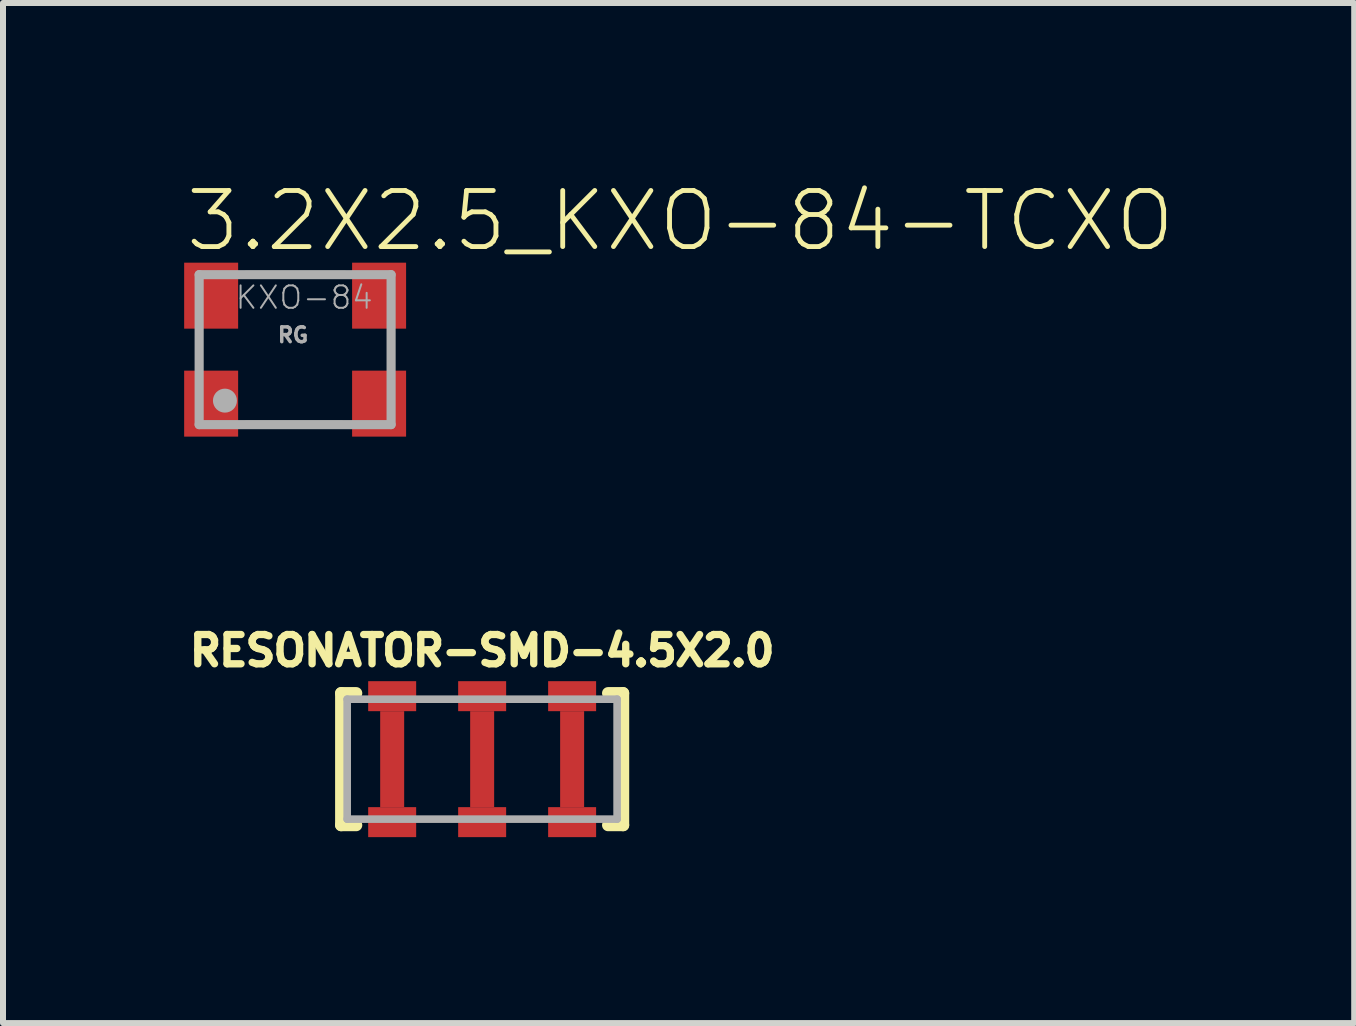
<source format=kicad_pcb>
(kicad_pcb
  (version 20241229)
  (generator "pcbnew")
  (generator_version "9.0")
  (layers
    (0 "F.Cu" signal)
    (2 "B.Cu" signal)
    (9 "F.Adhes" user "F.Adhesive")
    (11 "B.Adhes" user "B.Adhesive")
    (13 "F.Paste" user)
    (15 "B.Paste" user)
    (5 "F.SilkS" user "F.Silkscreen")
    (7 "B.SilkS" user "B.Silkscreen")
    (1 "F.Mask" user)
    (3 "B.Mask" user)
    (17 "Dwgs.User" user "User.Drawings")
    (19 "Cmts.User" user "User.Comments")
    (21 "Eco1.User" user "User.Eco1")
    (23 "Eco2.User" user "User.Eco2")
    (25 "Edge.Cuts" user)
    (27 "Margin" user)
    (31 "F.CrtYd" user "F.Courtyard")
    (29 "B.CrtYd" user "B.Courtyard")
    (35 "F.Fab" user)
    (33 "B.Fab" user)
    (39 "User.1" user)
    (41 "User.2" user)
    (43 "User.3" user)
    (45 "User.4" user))
  (footprint "RESONATOR-SMD-4.5X2.0"
    (layer "F.Cu")
    (at 4.988 9.606)
    (property "Reference" "RESONATOR-SMD-4.5X2.0" (at 0 -1.524 0) (layer "F.SilkS") (effects (font (size 0.488 0.488) (thickness 0.122)) (justify bottom)))
    (fp_poly (pts (xy -1.9 -0.8) (xy -1.1 -0.8) (xy -1.1 -1.3) (xy -1.9 -1.3)) (stroke (width 0) (type solid)) (fill yes) (layer "F.Cu"))
    (fp_poly (pts (xy -1.9 1.3) (xy -1.1 1.3) (xy -1.1 0.8) (xy -1.9 0.8)) (stroke (width 0) (type solid)) (fill yes) (layer "F.Cu"))
    (fp_poly (pts (xy -0.4 -0.8) (xy 0.4 -0.8) (xy 0.4 -1.3) (xy -0.4 -1.3)) (stroke (width 0) (type solid)) (fill yes) (layer "F.Cu"))
    (fp_poly (pts (xy -0.4 1.3) (xy 0.4 1.3) (xy 0.4 0.8) (xy -0.4 0.8)) (stroke (width 0) (type solid)) (fill yes) (layer "F.Cu"))
    (fp_poly (pts (xy 1.1 -0.8) (xy 1.9 -0.8) (xy 1.9 -1.3) (xy 1.1 -1.3)) (stroke (width 0) (type solid)) (fill yes) (layer "F.Cu"))
    (fp_poly (pts (xy 1.1 1.3) (xy 1.9 1.3) (xy 1.9 0.8) (xy 1.1 0.8)) (stroke (width 0) (type solid)) (fill yes) (layer "F.Cu"))
    (fp_poly (pts (xy -2 -0.7) (xy -1 -0.7) (xy -1 -1.4) (xy -2 -1.4)) (stroke (width 0) (type solid)) (fill yes) (layer "F.Mask"))
    (fp_poly (pts (xy -2 1.4) (xy -1 1.4) (xy -1 0.7) (xy -2 0.7)) (stroke (width 0) (type solid)) (fill yes) (layer "F.Mask"))
    (fp_poly (pts (xy -0.5 -0.7) (xy 0.5 -0.7) (xy 0.5 -1.4) (xy -0.5 -1.4)) (stroke (width 0) (type solid)) (fill yes) (layer "F.Mask"))
    (fp_poly (pts (xy -0.5 1.4) (xy 0.5 1.4) (xy 0.5 0.7) (xy -0.5 0.7)) (stroke (width 0) (type solid)) (fill yes) (layer "F.Mask"))
    (fp_poly (pts (xy 1 -0.7) (xy 2 -0.7) (xy 2 -1.4) (xy 1 -1.4)) (stroke (width 0) (type solid)) (fill yes) (layer "F.Mask"))
    (fp_poly (pts (xy 1 1.4) (xy 2 1.4) (xy 2 0.7) (xy 1 0.7)) (stroke (width 0) (type solid)) (fill yes) (layer "F.Mask"))
    (fp_line (start -2.35 1.1) (end -2.35 -1.1) (stroke (width 0.203) (type solid)) (layer "F.SilkS"))
    (fp_line (start -2.1 -1.1) (end -2.35 -1.1) (stroke (width 0.203) (type solid)) (layer "F.SilkS"))
    (fp_line (start -2.1 1.1) (end -2.35 1.1) (stroke (width 0.203) (type solid)) (layer "F.SilkS"))
    (fp_line (start 2.35 -1.1) (end 2.1 -1.1) (stroke (width 0.203) (type solid)) (layer "F.SilkS"))
    (fp_line (start 2.35 1.1) (end 2.1 1.1) (stroke (width 0.203) (type solid)) (layer "F.SilkS"))
    (fp_line (start 2.35 1.1) (end 2.35 -1.1) (stroke (width 0.203) (type solid)) (layer "F.SilkS"))
    (fp_poly (pts (xy -1.9 -0.8) (xy -1.1 -0.8) (xy -1.1 -1.3) (xy -1.9 -1.3)) (stroke (width 0) (type solid)) (fill yes) (layer "F.Paste"))
    (fp_poly (pts (xy -1.9 1.3) (xy -1.1 1.3) (xy -1.1 0.8) (xy -1.9 0.8)) (stroke (width 0) (type solid)) (fill yes) (layer "F.Paste"))
    (fp_poly (pts (xy -0.4 -0.8) (xy 0.4 -0.8) (xy 0.4 -1.3) (xy -0.4 -1.3)) (stroke (width 0) (type solid)) (fill yes) (layer "F.Paste"))
    (fp_poly (pts (xy -0.4 1.3) (xy 0.4 1.3) (xy 0.4 0.8) (xy -0.4 0.8)) (stroke (width 0) (type solid)) (fill yes) (layer "F.Paste"))
    (fp_poly (pts (xy 1.1 -0.8) (xy 1.9 -0.8) (xy 1.9 -1.3) (xy 1.1 -1.3)) (stroke (width 0) (type solid)) (fill yes) (layer "F.Paste"))
    (fp_poly (pts (xy 1.1 1.3) (xy 1.9 1.3) (xy 1.9 0.8) (xy 1.1 0.8)) (stroke (width 0) (type solid)) (fill yes) (layer "F.Paste"))
    (fp_line (start -2.25 -1) (end 2.25 -1) (stroke (width 0.127) (type solid)) (layer "F.Fab"))
    (fp_line (start -2.25 1) (end -2.25 -1) (stroke (width 0.127) (type solid)) (layer "F.Fab"))
    (fp_line (start 2.25 -1) (end 2.25 1) (stroke (width 0.127) (type solid)) (layer "F.Fab"))
    (fp_line (start 2.25 1) (end -2.25 1) (stroke (width 0.127) (type solid)) (layer "F.Fab"))
    (pad "1" smd rect (at -1.5 0) (size 0.4 1.6) (layers "F.Cu" "F.Mask" "F.Paste"))
    (pad "2" smd rect (at 0 0) (size 0.4 1.6) (layers "F.Cu" "F.Mask" "F.Paste"))
    (pad "3" smd rect (at 1.5 0) (size 0.4 1.6) (layers "F.Cu" "F.Mask" "F.Paste")))
  (footprint "3.2X2.5_KXO-84-TCXO"
    (layer "F.Cu")
    (at 1.87 2.779)
    (property "Reference" "3.2X2.5_KXO-84-TCXO" (at -1.87 -1.6 0) (layer "F.SilkS") (effects (font (size 0.935 0.935) (thickness 0.081)) (justify left bottom)))
    (fp_line (start -1.6 -0.25) (end -1.6 0.25) (stroke (width 0.127) (type solid)) (layer "F.SilkS"))
    (fp_line (start -0.82 -1.25) (end 0.83 -1.25) (stroke (width 0.127) (type solid)) (layer "F.SilkS"))
    (fp_line (start -0.82 1.25) (end 0.78 1.25) (stroke (width 0.127) (type solid)) (layer "F.SilkS"))
    (fp_line (start 1.6 -0.25) (end 1.6 0.25) (stroke (width 0.127) (type solid)) (layer "F.SilkS"))
    (fp_line (start -1.6 -1.25) (end -1.6 1.25) (stroke (width 0.152) (type solid)) (layer "F.Fab"))
    (fp_line (start -1.6 1.25) (end 1.6 1.25) (stroke (width 0.152) (type solid)) (layer "F.Fab"))
    (fp_line (start 1.6 -1.25) (end -1.6 -1.25) (stroke (width 0.152) (type solid)) (layer "F.Fab"))
    (fp_line (start 1.6 1.25) (end 1.6 -1.25) (stroke (width 0.152) (type solid)) (layer "F.Fab"))
    (fp_circle (center -1.17 0.85) (end -1.07 0.85) (stroke (width 0.2) (type solid)) (fill no) (layer "F.Fab"))
    (fp_text user "KXO-84" (at -1.02 -0.65 0) (layer "F.Fab") (effects (font (size 0.374 0.374) (thickness 0.033)) (justify left bottom)))
    (fp_text user "RG" (at -0.32 -0.1 0) (layer "F.Fab") (effects (font (size 0.247 0.247) (thickness 0.058)) (justify left bottom)))
    (pad "1" smd rect (at -1.4 0.9) (size 0.9 1.1) (layers "F.Cu" "F.Mask" "F.Paste"))
    (pad "2" smd rect (at 1.4 0.9) (size 0.9 1.1) (layers "F.Cu" "F.Mask" "F.Paste"))
    (pad "3" smd rect (at 1.4 -0.9) (size 0.9 1.1) (layers "F.Cu" "F.Mask" "F.Paste"))
    (pad "4" smd rect (at -1.4 -0.9) (size 0.9 1.1) (layers "F.Cu" "F.Mask" "F.Paste")))
  (gr_rect
    (start -3 -3)
    (end 19.526 14.006)
    (stroke (width 0.1) (type default))
    (fill no)
    (layer "Edge.Cuts")))
</source>
